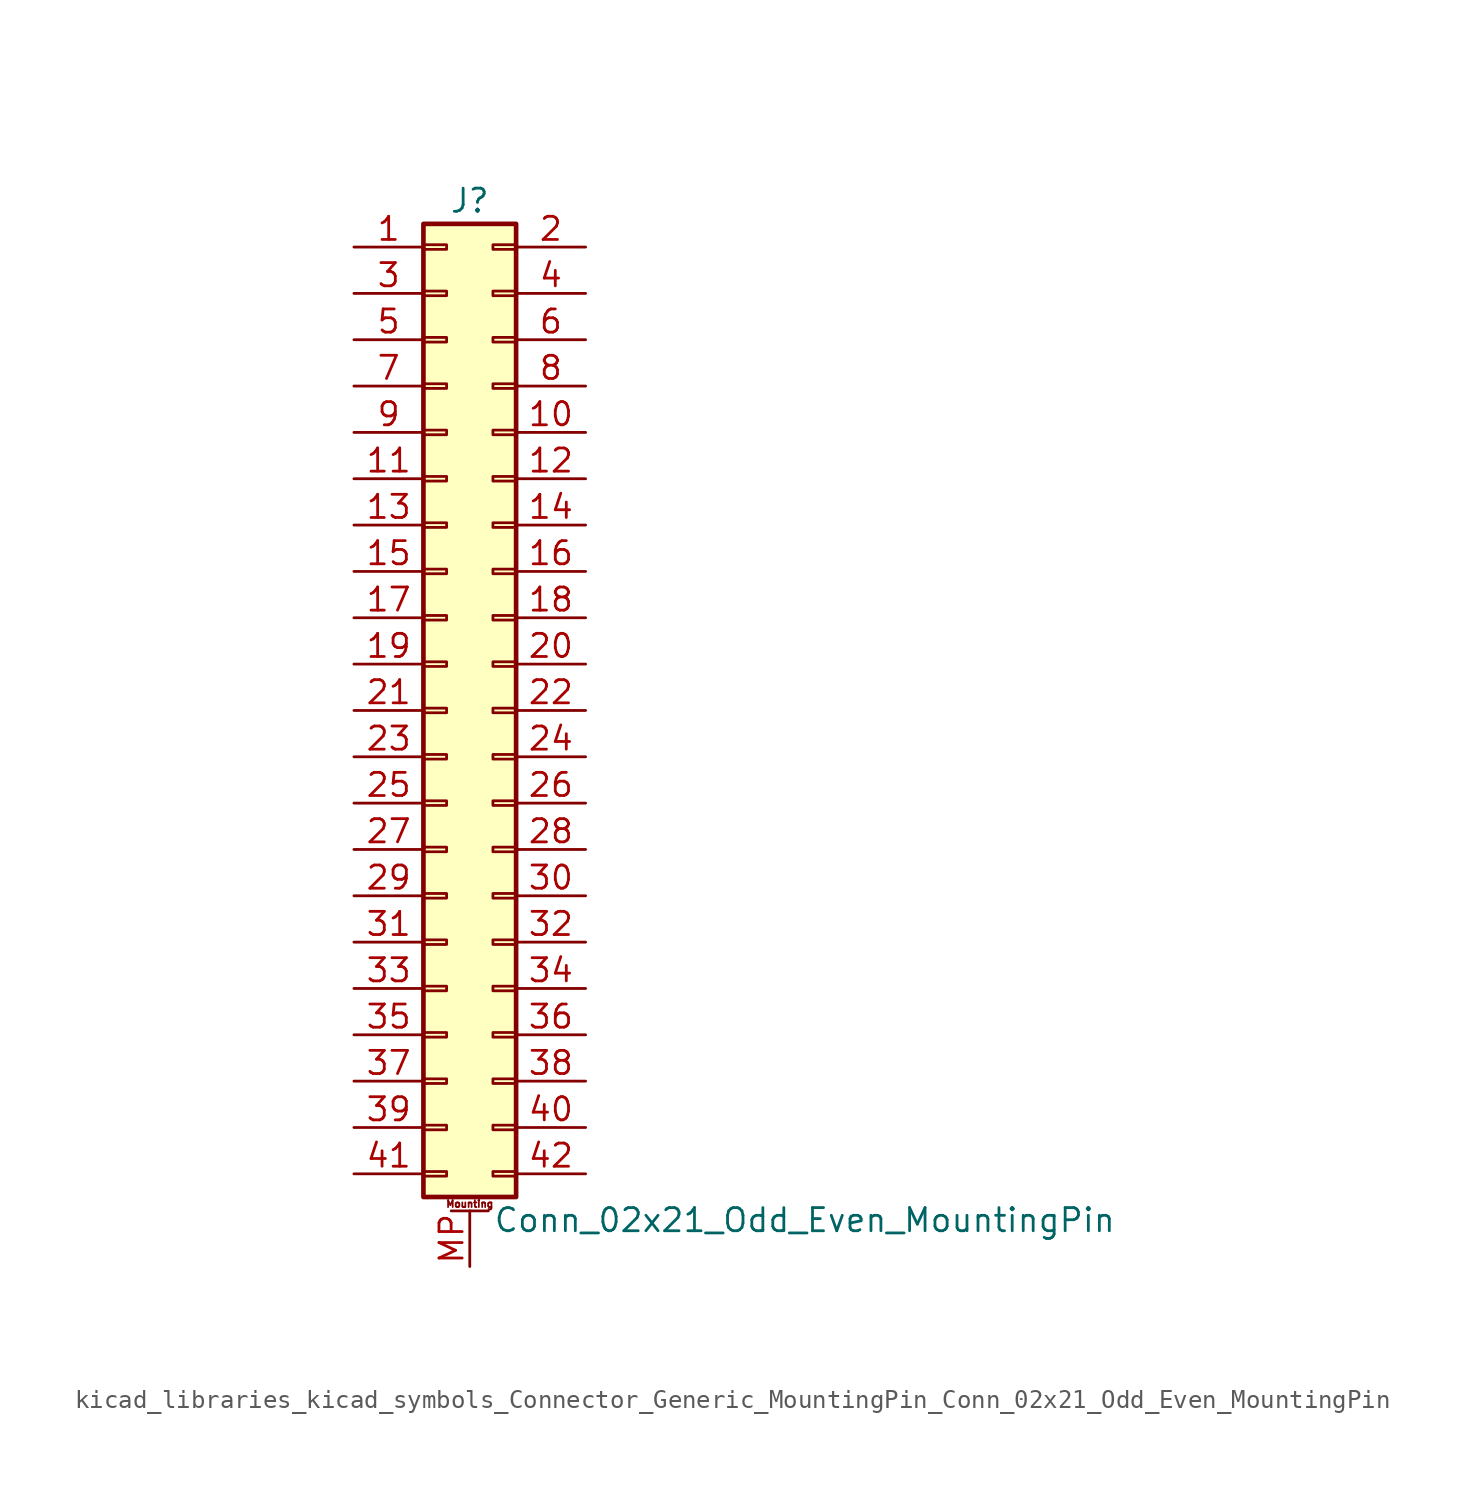
<source format=kicad_sym>
(kicad_symbol_lib
  (version 20220914)
  (generator kicad_symbol_editor)
  (symbol "kicad_libraries_kicad_symbols_Connector_Generic_MountingPin_Conn_02x21_Odd_Even_MountingPin"
    (pin_names
      (offset 1.016) hide)
    (property "Reference" "J"
      (at 1.27 27.94 0)
      (effects (font (size 1.27 1.27))))
    (property "Value" "Conn_02x21_Odd_Even_MountingPin"
      (at 2.54 -27.94 0)
      (effects (font (size 1.27 1.27)) (justify left)))
    (symbol "kicad_libraries_kicad_symbols_Connector_Generic_MountingPin_Conn_02x21_Odd_Even_MountingPin_1_1"
      (rectangle (start -1.27 -25.273) (end 0 -25.527) (stroke (width 0.152) (type default)) (fill (type none)))
      (rectangle (start -1.27 -22.733) (end 0 -22.987) (stroke (width 0.152) (type default)) (fill (type none)))
      (rectangle (start -1.27 -20.193) (end 0 -20.447) (stroke (width 0.152) (type default)) (fill (type none)))
      (rectangle (start -1.27 -17.653) (end 0 -17.907) (stroke (width 0.152) (type default)) (fill (type none)))
      (rectangle (start -1.27 -15.113) (end 0 -15.367) (stroke (width 0.152) (type default)) (fill (type none)))
      (rectangle (start -1.27 -12.573) (end 0 -12.827) (stroke (width 0.152) (type default)) (fill (type none)))
      (rectangle (start -1.27 -10.033) (end 0 -10.287) (stroke (width 0.152) (type default)) (fill (type none)))
      (rectangle (start -1.27 -7.493) (end 0 -7.747) (stroke (width 0.152) (type default)) (fill (type none)))
      (rectangle (start -1.27 -4.953) (end 0 -5.207) (stroke (width 0.152) (type default)) (fill (type none)))
      (rectangle (start -1.27 -2.413) (end 0 -2.667) (stroke (width 0.152) (type default)) (fill (type none)))
      (rectangle (start -1.27 0.127) (end 0 -0.127) (stroke (width 0.152) (type default)) (fill (type none)))
      (rectangle (start -1.27 2.667) (end 0 2.413) (stroke (width 0.152) (type default)) (fill (type none)))
      (rectangle (start -1.27 5.207) (end 0 4.953) (stroke (width 0.152) (type default)) (fill (type none)))
      (rectangle (start -1.27 7.747) (end 0 7.493) (stroke (width 0.152) (type default)) (fill (type none)))
      (rectangle (start -1.27 10.287) (end 0 10.033) (stroke (width 0.152) (type default)) (fill (type none)))
      (rectangle (start -1.27 12.827) (end 0 12.573) (stroke (width 0.152) (type default)) (fill (type none)))
      (rectangle (start -1.27 15.367) (end 0 15.113) (stroke (width 0.152) (type default)) (fill (type none)))
      (rectangle (start -1.27 17.907) (end 0 17.653) (stroke (width 0.152) (type default)) (fill (type none)))
      (rectangle (start -1.27 20.447) (end 0 20.193) (stroke (width 0.152) (type default)) (fill (type none)))
      (rectangle (start -1.27 22.987) (end 0 22.733) (stroke (width 0.152) (type default)) (fill (type none)))
      (rectangle (start -1.27 25.527) (end 0 25.273) (stroke (width 0.152) (type default)) (fill (type none)))
      (rectangle (start -1.27 26.67) (end 3.81 -26.67) (stroke (width 0.254) (type default)) (fill (type background)))
      (polyline (pts (xy 0.254 -27.432) (xy 2.286 -27.432)) (stroke (width 0.152) (type default)) (fill (type none)))
      (rectangle (start 3.81 -25.273) (end 2.54 -25.527) (stroke (width 0.152) (type default)) (fill (type none)))
      (rectangle (start 3.81 -22.733) (end 2.54 -22.987) (stroke (width 0.152) (type default)) (fill (type none)))
      (rectangle (start 3.81 -20.193) (end 2.54 -20.447) (stroke (width 0.152) (type default)) (fill (type none)))
      (rectangle (start 3.81 -17.653) (end 2.54 -17.907) (stroke (width 0.152) (type default)) (fill (type none)))
      (rectangle (start 3.81 -15.113) (end 2.54 -15.367) (stroke (width 0.152) (type default)) (fill (type none)))
      (rectangle (start 3.81 -12.573) (end 2.54 -12.827) (stroke (width 0.152) (type default)) (fill (type none)))
      (rectangle (start 3.81 -10.033) (end 2.54 -10.287) (stroke (width 0.152) (type default)) (fill (type none)))
      (rectangle (start 3.81 -7.493) (end 2.54 -7.747) (stroke (width 0.152) (type default)) (fill (type none)))
      (rectangle (start 3.81 -4.953) (end 2.54 -5.207) (stroke (width 0.152) (type default)) (fill (type none)))
      (rectangle (start 3.81 -2.413) (end 2.54 -2.667) (stroke (width 0.152) (type default)) (fill (type none)))
      (rectangle (start 3.81 0.127) (end 2.54 -0.127) (stroke (width 0.152) (type default)) (fill (type none)))
      (rectangle (start 3.81 2.667) (end 2.54 2.413) (stroke (width 0.152) (type default)) (fill (type none)))
      (rectangle (start 3.81 5.207) (end 2.54 4.953) (stroke (width 0.152) (type default)) (fill (type none)))
      (rectangle (start 3.81 7.747) (end 2.54 7.493) (stroke (width 0.152) (type default)) (fill (type none)))
      (rectangle (start 3.81 10.287) (end 2.54 10.033) (stroke (width 0.152) (type default)) (fill (type none)))
      (rectangle (start 3.81 12.827) (end 2.54 12.573) (stroke (width 0.152) (type default)) (fill (type none)))
      (rectangle (start 3.81 15.367) (end 2.54 15.113) (stroke (width 0.152) (type default)) (fill (type none)))
      (rectangle (start 3.81 17.907) (end 2.54 17.653) (stroke (width 0.152) (type default)) (fill (type none)))
      (rectangle (start 3.81 20.447) (end 2.54 20.193) (stroke (width 0.152) (type default)) (fill (type none)))
      (rectangle (start 3.81 22.987) (end 2.54 22.733) (stroke (width 0.152) (type default)) (fill (type none)))
      (rectangle (start 3.81 25.527) (end 2.54 25.273) (stroke (width 0.152) (type default)) (fill (type none)))
      (text "Mounting" (at 1.27 -27.051 0) (effects (font (size 0.381 0.381))))
      (pin passive line (at -5.08 25.4 0) (length 3.81) (name "Pin_1" (effects (font (size 1.27 1.27)))) (number "1" (effects (font (size 1.27 1.27)))))
      (pin passive line (at 7.62 15.24 180) (length 3.81) (name "Pin_10" (effects (font (size 1.27 1.27)))) (number "10" (effects (font (size 1.27 1.27)))))
      (pin passive line (at -5.08 12.7 0) (length 3.81) (name "Pin_11" (effects (font (size 1.27 1.27)))) (number "11" (effects (font (size 1.27 1.27)))))
      (pin passive line (at 7.62 12.7 180) (length 3.81) (name "Pin_12" (effects (font (size 1.27 1.27)))) (number "12" (effects (font (size 1.27 1.27)))))
      (pin passive line (at -5.08 10.16 0) (length 3.81) (name "Pin_13" (effects (font (size 1.27 1.27)))) (number "13" (effects (font (size 1.27 1.27)))))
      (pin passive line (at 7.62 10.16 180) (length 3.81) (name "Pin_14" (effects (font (size 1.27 1.27)))) (number "14" (effects (font (size 1.27 1.27)))))
      (pin passive line (at -5.08 7.62 0) (length 3.81) (name "Pin_15" (effects (font (size 1.27 1.27)))) (number "15" (effects (font (size 1.27 1.27)))))
      (pin passive line (at 7.62 7.62 180) (length 3.81) (name "Pin_16" (effects (font (size 1.27 1.27)))) (number "16" (effects (font (size 1.27 1.27)))))
      (pin passive line (at -5.08 5.08 0) (length 3.81) (name "Pin_17" (effects (font (size 1.27 1.27)))) (number "17" (effects (font (size 1.27 1.27)))))
      (pin passive line (at 7.62 5.08 180) (length 3.81) (name "Pin_18" (effects (font (size 1.27 1.27)))) (number "18" (effects (font (size 1.27 1.27)))))
      (pin passive line (at -5.08 2.54 0) (length 3.81) (name "Pin_19" (effects (font (size 1.27 1.27)))) (number "19" (effects (font (size 1.27 1.27)))))
      (pin passive line (at 7.62 25.4 180) (length 3.81) (name "Pin_2" (effects (font (size 1.27 1.27)))) (number "2" (effects (font (size 1.27 1.27)))))
      (pin passive line (at 7.62 2.54 180) (length 3.81) (name "Pin_20" (effects (font (size 1.27 1.27)))) (number "20" (effects (font (size 1.27 1.27)))))
      (pin passive line (at -5.08 0 0) (length 3.81) (name "Pin_21" (effects (font (size 1.27 1.27)))) (number "21" (effects (font (size 1.27 1.27)))))
      (pin passive line (at 7.62 0 180) (length 3.81) (name "Pin_22" (effects (font (size 1.27 1.27)))) (number "22" (effects (font (size 1.27 1.27)))))
      (pin passive line (at -5.08 -2.54 0) (length 3.81) (name "Pin_23" (effects (font (size 1.27 1.27)))) (number "23" (effects (font (size 1.27 1.27)))))
      (pin passive line (at 7.62 -2.54 180) (length 3.81) (name "Pin_24" (effects (font (size 1.27 1.27)))) (number "24" (effects (font (size 1.27 1.27)))))
      (pin passive line (at -5.08 -5.08 0) (length 3.81) (name "Pin_25" (effects (font (size 1.27 1.27)))) (number "25" (effects (font (size 1.27 1.27)))))
      (pin passive line (at 7.62 -5.08 180) (length 3.81) (name "Pin_26" (effects (font (size 1.27 1.27)))) (number "26" (effects (font (size 1.27 1.27)))))
      (pin passive line (at -5.08 -7.62 0) (length 3.81) (name "Pin_27" (effects (font (size 1.27 1.27)))) (number "27" (effects (font (size 1.27 1.27)))))
      (pin passive line (at 7.62 -7.62 180) (length 3.81) (name "Pin_28" (effects (font (size 1.27 1.27)))) (number "28" (effects (font (size 1.27 1.27)))))
      (pin passive line (at -5.08 -10.16 0) (length 3.81) (name "Pin_29" (effects (font (size 1.27 1.27)))) (number "29" (effects (font (size 1.27 1.27)))))
      (pin passive line (at -5.08 22.86 0) (length 3.81) (name "Pin_3" (effects (font (size 1.27 1.27)))) (number "3" (effects (font (size 1.27 1.27)))))
      (pin passive line (at 7.62 -10.16 180) (length 3.81) (name "Pin_30" (effects (font (size 1.27 1.27)))) (number "30" (effects (font (size 1.27 1.27)))))
      (pin passive line (at -5.08 -12.7 0) (length 3.81) (name "Pin_31" (effects (font (size 1.27 1.27)))) (number "31" (effects (font (size 1.27 1.27)))))
      (pin passive line (at 7.62 -12.7 180) (length 3.81) (name "Pin_32" (effects (font (size 1.27 1.27)))) (number "32" (effects (font (size 1.27 1.27)))))
      (pin passive line (at -5.08 -15.24 0) (length 3.81) (name "Pin_33" (effects (font (size 1.27 1.27)))) (number "33" (effects (font (size 1.27 1.27)))))
      (pin passive line (at 7.62 -15.24 180) (length 3.81) (name "Pin_34" (effects (font (size 1.27 1.27)))) (number "34" (effects (font (size 1.27 1.27)))))
      (pin passive line (at -5.08 -17.78 0) (length 3.81) (name "Pin_35" (effects (font (size 1.27 1.27)))) (number "35" (effects (font (size 1.27 1.27)))))
      (pin passive line (at 7.62 -17.78 180) (length 3.81) (name "Pin_36" (effects (font (size 1.27 1.27)))) (number "36" (effects (font (size 1.27 1.27)))))
      (pin passive line (at -5.08 -20.32 0) (length 3.81) (name "Pin_37" (effects (font (size 1.27 1.27)))) (number "37" (effects (font (size 1.27 1.27)))))
      (pin passive line (at 7.62 -20.32 180) (length 3.81) (name "Pin_38" (effects (font (size 1.27 1.27)))) (number "38" (effects (font (size 1.27 1.27)))))
      (pin passive line (at -5.08 -22.86 0) (length 3.81) (name "Pin_39" (effects (font (size 1.27 1.27)))) (number "39" (effects (font (size 1.27 1.27)))))
      (pin passive line (at 7.62 22.86 180) (length 3.81) (name "Pin_4" (effects (font (size 1.27 1.27)))) (number "4" (effects (font (size 1.27 1.27)))))
      (pin passive line (at 7.62 -22.86 180) (length 3.81) (name "Pin_40" (effects (font (size 1.27 1.27)))) (number "40" (effects (font (size 1.27 1.27)))))
      (pin passive line (at -5.08 -25.4 0) (length 3.81) (name "Pin_41" (effects (font (size 1.27 1.27)))) (number "41" (effects (font (size 1.27 1.27)))))
      (pin passive line (at 7.62 -25.4 180) (length 3.81) (name "Pin_42" (effects (font (size 1.27 1.27)))) (number "42" (effects (font (size 1.27 1.27)))))
      (pin passive line (at -5.08 20.32 0) (length 3.81) (name "Pin_5" (effects (font (size 1.27 1.27)))) (number "5" (effects (font (size 1.27 1.27)))))
      (pin passive line (at 7.62 20.32 180) (length 3.81) (name "Pin_6" (effects (font (size 1.27 1.27)))) (number "6" (effects (font (size 1.27 1.27)))))
      (pin passive line (at -5.08 17.78 0) (length 3.81) (name "Pin_7" (effects (font (size 1.27 1.27)))) (number "7" (effects (font (size 1.27 1.27)))))
      (pin passive line (at 7.62 17.78 180) (length 3.81) (name "Pin_8" (effects (font (size 1.27 1.27)))) (number "8" (effects (font (size 1.27 1.27)))))
      (pin passive line (at -5.08 15.24 0) (length 3.81) (name "Pin_9" (effects (font (size 1.27 1.27)))) (number "9" (effects (font (size 1.27 1.27)))))
      (pin passive line (at 1.27 -30.48 90) (length 3.048) (name "MountPin" (effects (font (size 1.27 1.27)))) (number "MP" (effects (font (size 1.27 1.27))))))))
</source>
